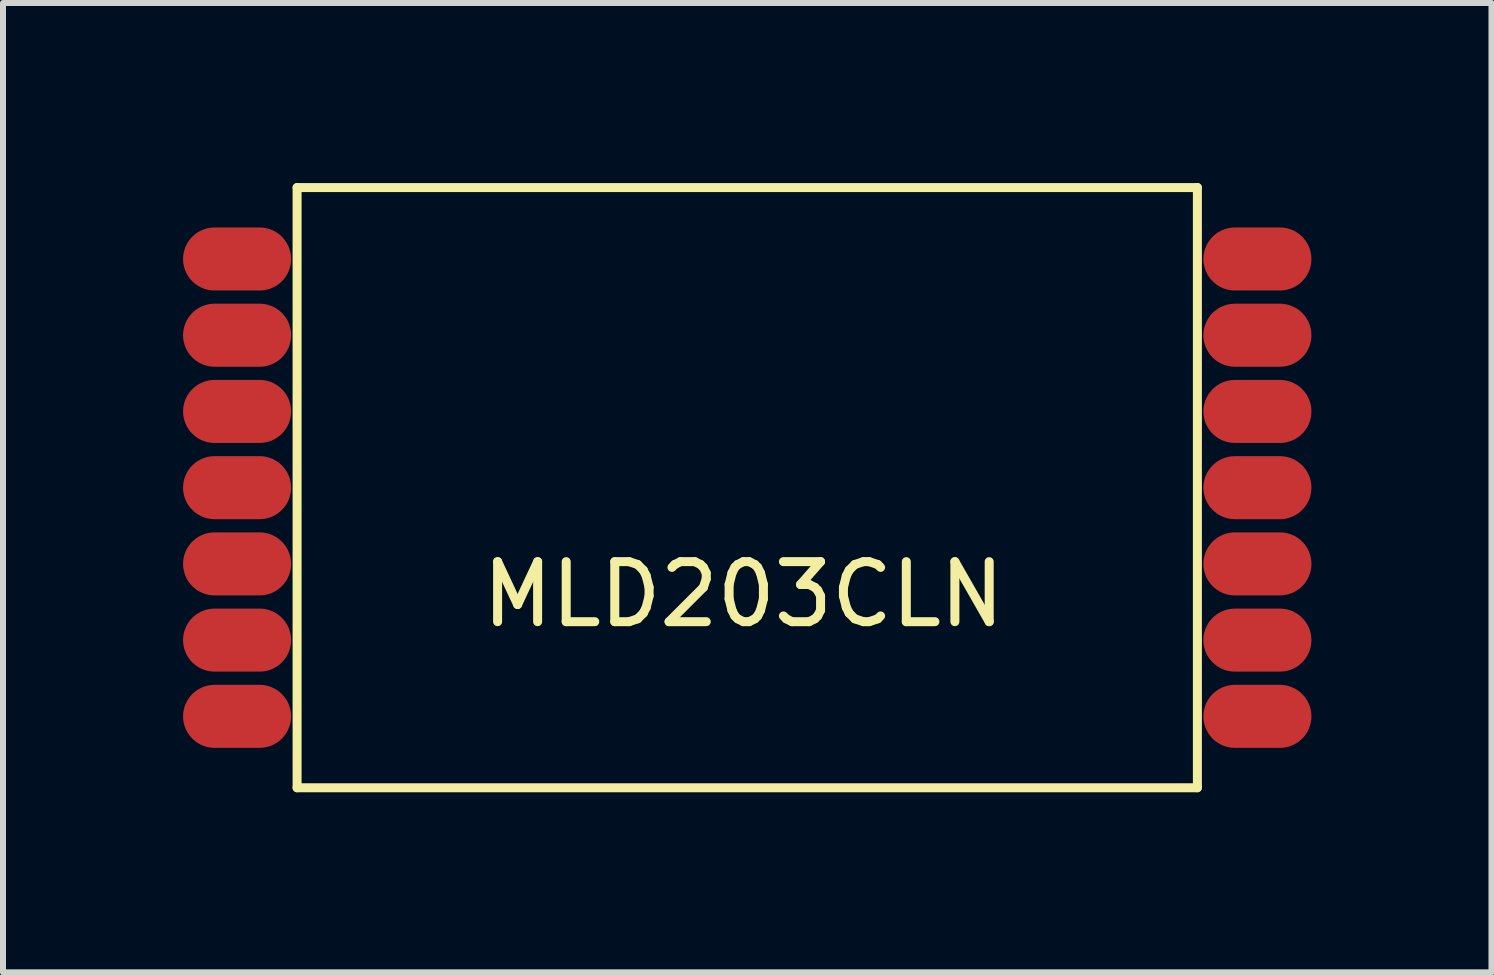
<source format=kicad_pcb>
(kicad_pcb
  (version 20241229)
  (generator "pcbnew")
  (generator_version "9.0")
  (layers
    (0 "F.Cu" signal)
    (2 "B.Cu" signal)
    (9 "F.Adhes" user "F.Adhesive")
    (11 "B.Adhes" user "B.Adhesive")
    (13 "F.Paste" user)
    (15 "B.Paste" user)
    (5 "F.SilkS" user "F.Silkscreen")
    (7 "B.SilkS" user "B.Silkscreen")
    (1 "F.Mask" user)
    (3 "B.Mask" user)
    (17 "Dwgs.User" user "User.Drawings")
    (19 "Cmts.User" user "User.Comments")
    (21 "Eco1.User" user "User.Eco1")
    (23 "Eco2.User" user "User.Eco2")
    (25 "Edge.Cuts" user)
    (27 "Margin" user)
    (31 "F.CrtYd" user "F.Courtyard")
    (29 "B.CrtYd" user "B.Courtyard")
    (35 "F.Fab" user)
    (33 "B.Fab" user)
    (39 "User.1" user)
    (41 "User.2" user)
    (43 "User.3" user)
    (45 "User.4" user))
  (footprint "MLD203CLN"
    (layer "F.Cu")
    (at 9.4 5.075)
    (property "Reference" "MLD203CLN" (at -0.064 1.778 0) (layer "F.SilkS") (effects (font (size 1 1) (thickness 0.15))))
    (attr through_hole)
    (fp_line (start -7.5 -5) (end -7.5 5) (stroke (width 0.15) (type solid)) (layer "F.SilkS"))
    (fp_line (start -7.5 -5) (end 7.5 -5) (stroke (width 0.15) (type solid)) (layer "F.SilkS"))
    (fp_line (start 7.5 -5) (end 7.5 5) (stroke (width 0.15) (type solid)) (layer "F.SilkS"))
    (fp_line (start 7.5 5) (end -7.5 5) (stroke (width 0.15) (type solid)) (layer "F.SilkS"))
    (pad "1" smd oval (at -8.5 -3.81) (size 1.8 1.05) (layers "F.Cu" "F.Mask" "F.Paste"))
    (pad "2" smd oval (at -8.5 -2.54) (size 1.8 1.05) (layers "F.Cu" "F.Mask" "F.Paste"))
    (pad "3" smd oval (at -8.5 -1.27) (size 1.8 1.05) (layers "F.Cu" "F.Mask" "F.Paste"))
    (pad "4" smd oval (at -8.5 0) (size 1.8 1.05) (layers "F.Cu" "F.Mask" "F.Paste"))
    (pad "5" smd oval (at -8.5 1.27) (size 1.8 1.05) (layers "F.Cu" "F.Mask" "F.Paste"))
    (pad "6" smd oval (at -8.5 2.54) (size 1.8 1.05) (layers "F.Cu" "F.Mask" "F.Paste"))
    (pad "7" smd oval (at -8.5 3.81) (size 1.8 1.05) (layers "F.Cu" "F.Mask" "F.Paste"))
    (pad "8" smd oval (at 8.5 -3.81) (size 1.8 1.05) (layers "F.Cu" "F.Mask" "F.Paste"))
    (pad "9" smd oval (at 8.5 -2.54) (size 1.8 1.05) (layers "F.Cu" "F.Mask" "F.Paste"))
    (pad "10" smd oval (at 8.5 -1.27) (size 1.8 1.05) (layers "F.Cu" "F.Mask" "F.Paste"))
    (pad "11" smd oval (at 8.5 0) (size 1.8 1.05) (layers "F.Cu" "F.Mask" "F.Paste"))
    (pad "12" smd oval (at 8.5 1.27) (size 1.8 1.05) (layers "F.Cu" "F.Mask" "F.Paste"))
    (pad "13" smd oval (at 8.5 2.54) (size 1.8 1.05) (layers "F.Cu" "F.Mask" "F.Paste"))
    (pad "14" smd oval (at 8.5 3.81) (size 1.8 1.05) (layers "F.Cu" "F.Mask" "F.Paste")))
  (gr_rect
    (start -3 -3)
    (end 21.8 13.15)
    (stroke (width 0.1) (type default))
    (fill no)
    (layer "Edge.Cuts")))
</source>
